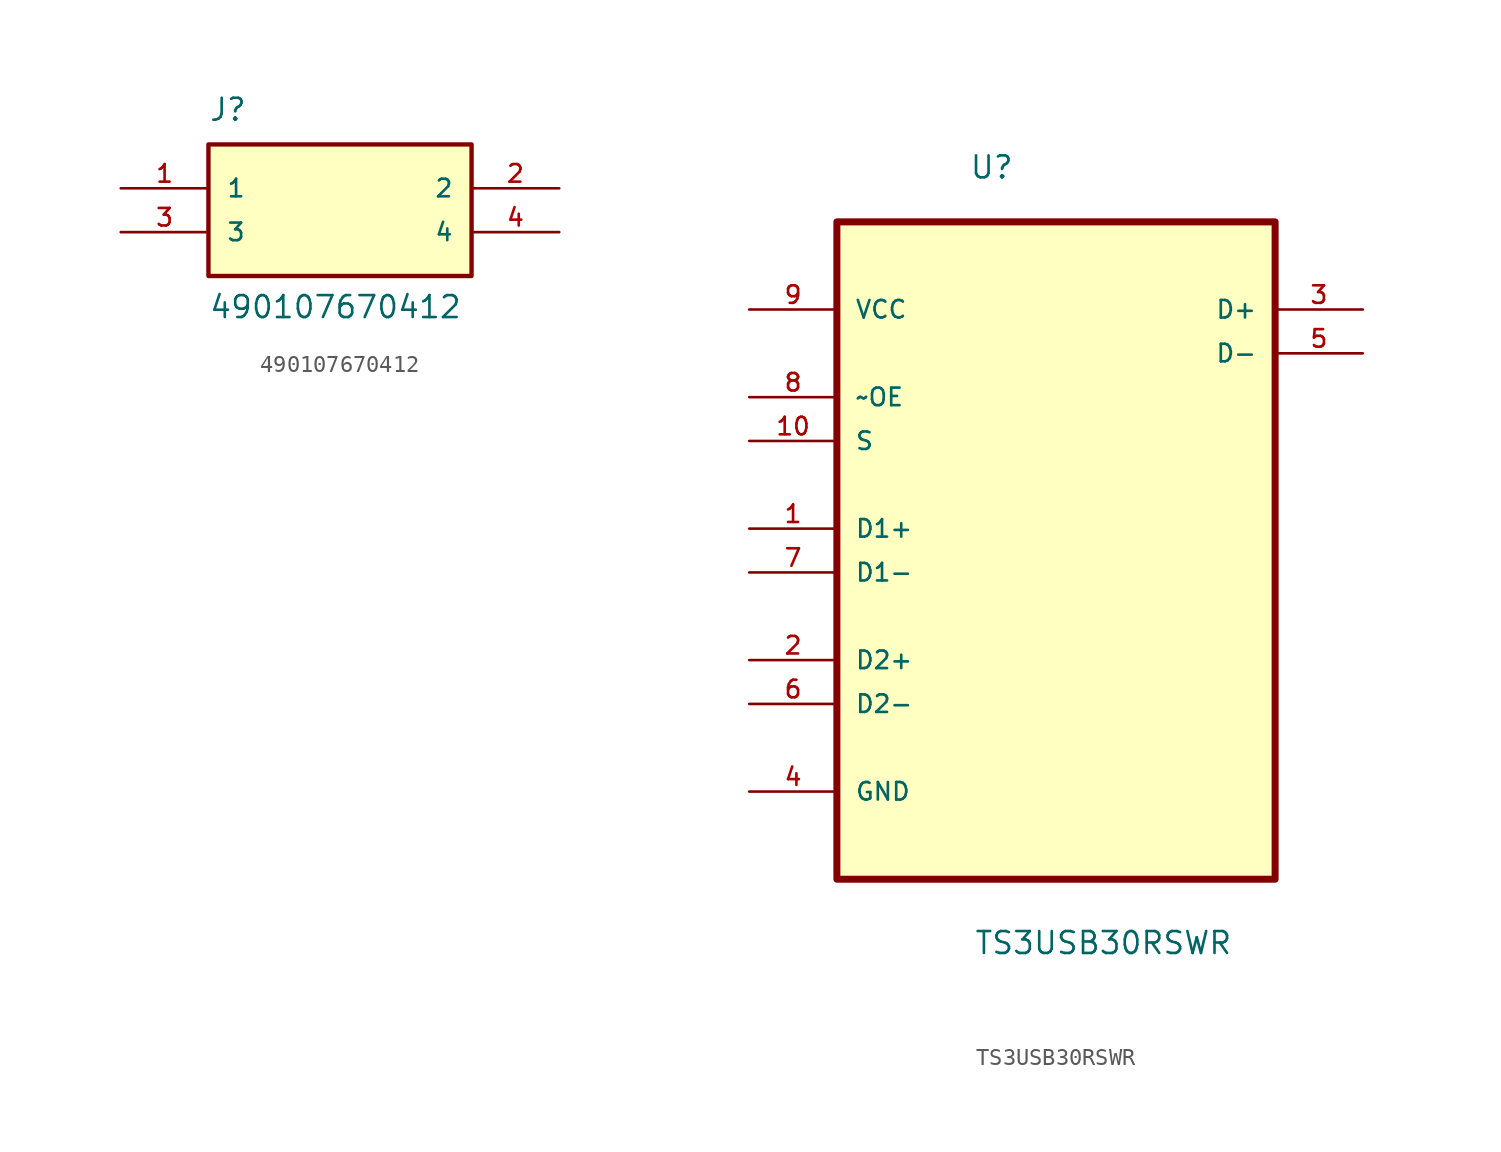
<source format=kicad_sym>
(kicad_symbol_lib
  (version 20211014)
  (generator kicad_symbol_editor)
  (symbol "490107670412"
    (pin_names
      (offset 1.016))
    (property "Reference" "J"
      (at -7.62 6.35 0)
      (effects (font (size 1.27 1.27)) (justify bottom left)))
    (property "Value" "490107670412"
      (at -7.62 -5.08 0)
      (effects (font (size 1.27 1.27)) (justify bottom left)))
    (symbol "490107670412_0_0"
      (rectangle (start -7.62 -2.54) (end 7.62 5.08) (stroke (width 0.254)) (fill (type background)))
      (pin passive line (at -12.7 2.54 0) (length 5.08) (name "1" (effects (font (size 1.016 1.016)))) (number "1" (effects (font (size 1.016 1.016)))))
      (pin passive line (at 12.7 2.54 180.0) (length 5.08) (name "2" (effects (font (size 1.016 1.016)))) (number "2" (effects (font (size 1.016 1.016)))))
      (pin passive line (at -12.7 0.0 0) (length 5.08) (name "3" (effects (font (size 1.016 1.016)))) (number "3" (effects (font (size 1.016 1.016)))))
      (pin passive line (at 12.7 0.0 180.0) (length 5.08) (name "4" (effects (font (size 1.016 1.016)))) (number "4" (effects (font (size 1.016 1.016)))))))
  (symbol "TS3USB30RSWR"
    (pin_names
      (offset 1.016))
    (property "Reference" "U"
      (at -5.038 17.66 0.0)
      (effects (font (size 1.27 1.27)) (justify bottom left)))
    (property "Value" "TS3USB30RSWR"
      (at -4.762 -27.297 0.0)
      (effects (font (size 1.27 1.27)) (justify bottom left)))
    (symbol "TS3USB30RSWR_0_0"
      (rectangle (start -12.7 -22.86) (end 12.7 15.24) (stroke (width 0.406)) (fill (type background)))
      (pin power_in line (at -17.78 10.16 0) (length 5.08) (name "VCC" (effects (font (size 1.016 1.016)))) (number "9" (effects (font (size 1.016 1.016)))))
      (pin input line (at -17.78 5.08 0) (length 5.08) (name "~OE" (effects (font (size 1.016 1.016)))) (number "8" (effects (font (size 1.016 1.016)))))
      (pin input line (at -17.78 2.54 0) (length 5.08) (name "S" (effects (font (size 1.016 1.016)))) (number "10" (effects (font (size 1.016 1.016)))))
      (pin bidirectional line (at -17.78 -2.54 0) (length 5.08) (name "D1+" (effects (font (size 1.016 1.016)))) (number "1" (effects (font (size 1.016 1.016)))))
      (pin bidirectional line (at -17.78 -5.08 0) (length 5.08) (name "D1-" (effects (font (size 1.016 1.016)))) (number "7" (effects (font (size 1.016 1.016)))))
      (pin bidirectional line (at -17.78 -10.16 0) (length 5.08) (name "D2+" (effects (font (size 1.016 1.016)))) (number "2" (effects (font (size 1.016 1.016)))))
      (pin bidirectional line (at -17.78 -12.7 0) (length 5.08) (name "D2-" (effects (font (size 1.016 1.016)))) (number "6" (effects (font (size 1.016 1.016)))))
      (pin passive line (at -17.78 -17.78 0) (length 5.08) (name "GND" (effects (font (size 1.016 1.016)))) (number "4" (effects (font (size 1.016 1.016)))))
      (pin bidirectional line (at 17.78 10.16 180.0) (length 5.08) (name "D+" (effects (font (size 1.016 1.016)))) (number "3" (effects (font (size 1.016 1.016)))))
      (pin bidirectional line (at 17.78 7.62 180.0) (length 5.08) (name "D-" (effects (font (size 1.016 1.016)))) (number "5" (effects (font (size 1.016 1.016))))))))
</source>
